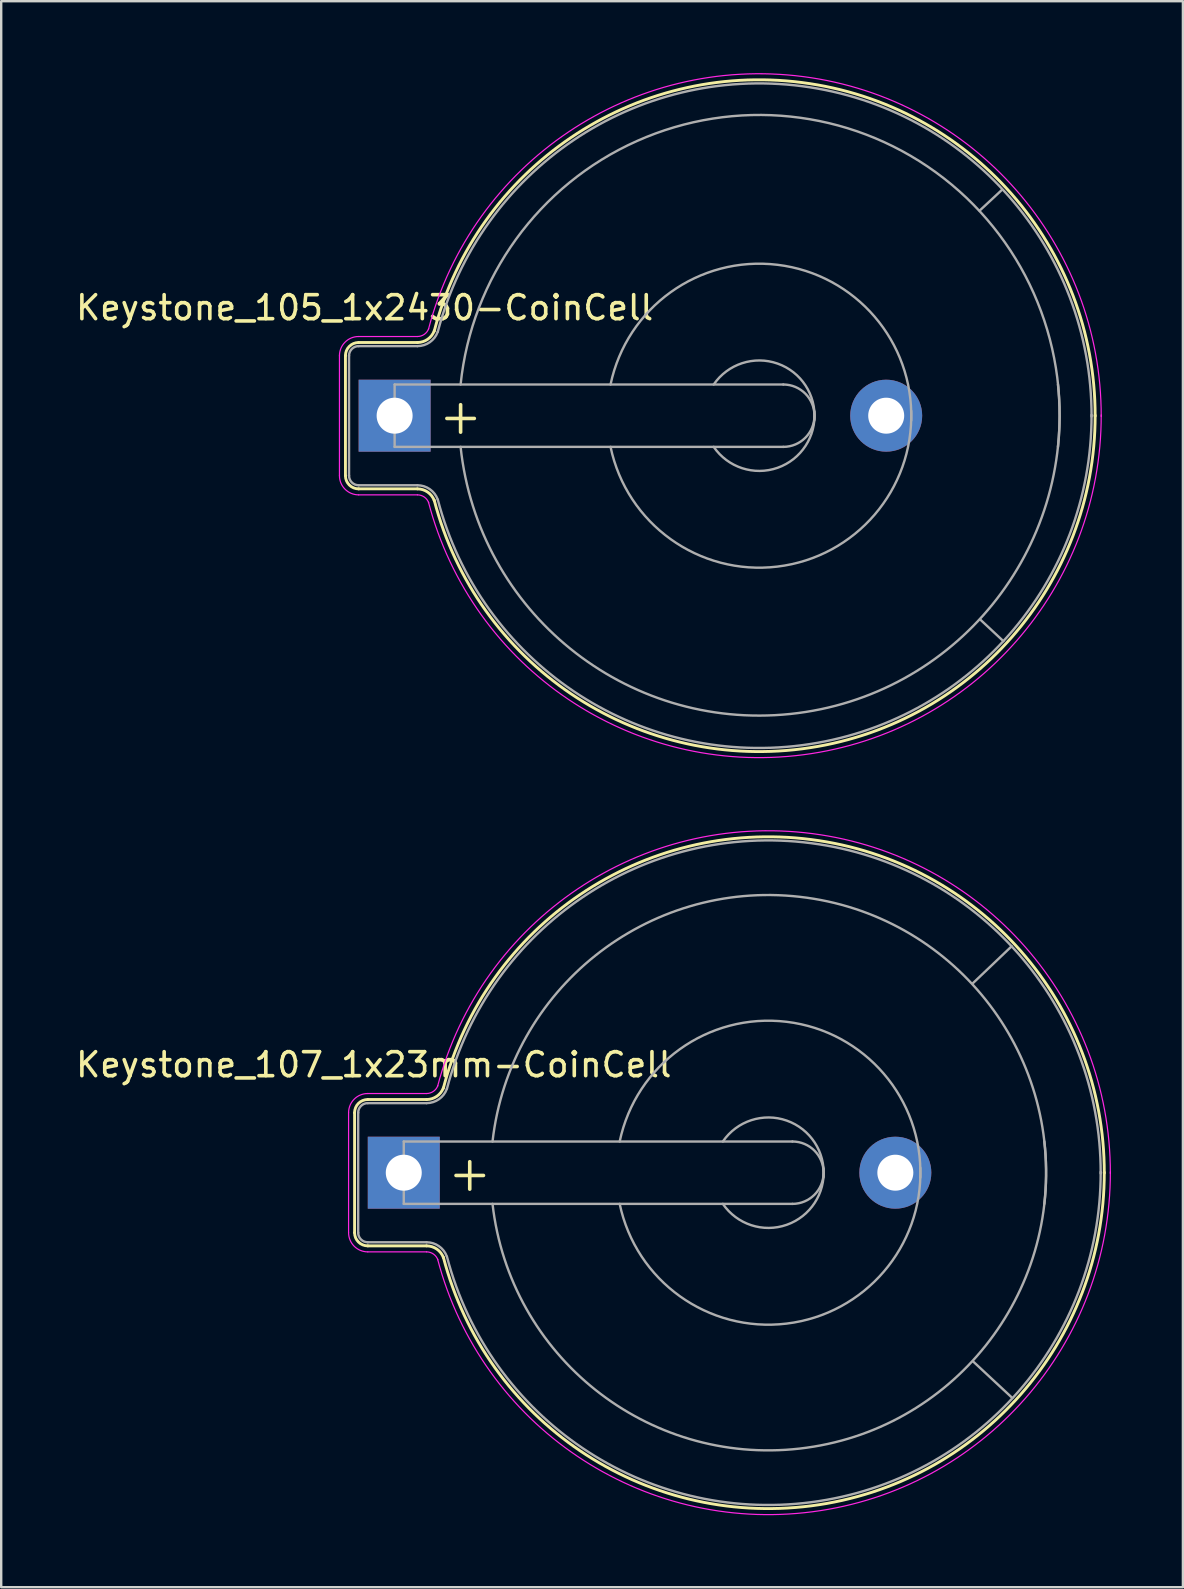
<source format=kicad_pcb>
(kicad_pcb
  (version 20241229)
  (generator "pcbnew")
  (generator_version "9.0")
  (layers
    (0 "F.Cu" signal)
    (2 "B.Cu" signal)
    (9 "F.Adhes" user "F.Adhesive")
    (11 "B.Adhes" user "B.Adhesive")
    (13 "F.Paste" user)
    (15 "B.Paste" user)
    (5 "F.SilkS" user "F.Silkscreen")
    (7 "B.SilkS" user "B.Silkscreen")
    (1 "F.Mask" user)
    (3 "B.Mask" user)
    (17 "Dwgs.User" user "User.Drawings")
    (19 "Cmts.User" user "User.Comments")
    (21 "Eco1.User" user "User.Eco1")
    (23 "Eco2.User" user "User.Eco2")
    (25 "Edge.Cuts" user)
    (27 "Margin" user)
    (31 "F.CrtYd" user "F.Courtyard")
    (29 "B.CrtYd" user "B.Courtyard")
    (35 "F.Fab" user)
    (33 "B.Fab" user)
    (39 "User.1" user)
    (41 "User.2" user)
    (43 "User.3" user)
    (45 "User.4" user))
  (footprint "Keystone_107_1x23mm-CoinCell"
    (layer "F.Cu")
    (at 13.78 45.831)
    (property "Reference" "Keystone_107_1x23mm-CoinCell" (at -1.25 -4.5 0) (layer "F.SilkS") (effects (font (size 1 1) (thickness 0.15))))
    (attr through_hole)
    (fp_line (start -2.05 -2.5) (end -2.05 2.5) (stroke (width 0.12) (type solid)) (layer "F.SilkS"))
    (fp_line (start -1.5 3.05) (end 0.95 3.05) (stroke (width 0.12) (type solid)) (layer "F.SilkS"))
    (fp_line (start 0.95 -3.05) (end -1.5 -3.05) (stroke (width 0.12) (type solid)) (layer "F.SilkS"))
    (fp_arc (start -2.05 -2.5) (mid -1.888909 -2.888909) (end -1.5 -3.05) (stroke (width 0.12) (type solid)) (layer "F.SilkS"))
    (fp_arc (start -1.5 3.05) (mid -1.888909 2.888909) (end -2.05 2.5) (stroke (width 0.12) (type solid)) (layer "F.SilkS"))
    (fp_arc (start 0.95 3.05) (mid 1.380182 3.185636) (end 1.654769 3.543485) (stroke (width 0.12) (type solid)) (layer "F.SilkS"))
    (fp_arc (start 1.65 -3.52) (mid 16.981862 -13.885887) (end 29.199738 0.015231) (stroke (width 0.12) (type solid)) (layer "F.SilkS"))
    (fp_arc (start 1.654769 -3.543485) (mid 1.380182 -3.185636) (end 0.95 -3.05) (stroke (width 0.12) (type solid)) (layer "F.SilkS"))
    (fp_arc (start 29.199738 -0.015231) (mid 16.981862 13.885887) (end 1.65 3.52) (stroke (width 0.12) (type solid)) (layer "F.SilkS"))
    (fp_line (start -2.3 -2.5) (end -2.3 2.5) (stroke (width 0.05) (type solid)) (layer "F.CrtYd"))
    (fp_line (start -1.5 3.3) (end 0.95 3.3) (stroke (width 0.05) (type solid)) (layer "F.CrtYd"))
    (fp_line (start 0.95 -3.3) (end -1.5 -3.3) (stroke (width 0.05) (type solid)) (layer "F.CrtYd"))
    (fp_arc (start -2.3 -2.5) (mid -2.065685 -3.065685) (end -1.5 -3.3) (stroke (width 0.05) (type solid)) (layer "F.CrtYd"))
    (fp_arc (start -1.5 3.3) (mid -2.065685 3.065685) (end -2.3 2.5) (stroke (width 0.05) (type solid)) (layer "F.CrtYd"))
    (fp_arc (start 0.95 3.3) (mid 1.236788 3.390424) (end 1.419846 3.62899) (stroke (width 0.05) (type solid)) (layer "F.CrtYd"))
    (fp_arc (start 1.41 -3.6) (mid 17.030934 -14.134065) (end 29.452124 0.032591) (stroke (width 0.05) (type solid)) (layer "F.CrtYd"))
    (fp_arc (start 1.419846 -3.62899) (mid 1.236788 -3.390424) (end 0.95 -3.3) (stroke (width 0.05) (type solid)) (layer "F.CrtYd"))
    (fp_arc (start 29.452124 -0.032591) (mid 17.030934 14.134065) (end 1.41 3.6) (stroke (width 0.05) (type solid)) (layer "F.CrtYd"))
    (fp_line (start -1.9 -2.5) (end -1.9 2.5) (stroke (width 0.1) (type solid)) (layer "F.Fab"))
    (fp_line (start -1.5 2.9) (end 0.95 2.9) (stroke (width 0.1) (type solid)) (layer "F.Fab"))
    (fp_line (start 0 -1.3) (end 0 1.3) (stroke (width 0.1) (type solid)) (layer "F.Fab"))
    (fp_line (start 0 1.3) (end 16.2 1.3) (stroke (width 0.1) (type solid)) (layer "F.Fab"))
    (fp_line (start 0.95 -2.9) (end -1.5 -2.9) (stroke (width 0.1) (type solid)) (layer "F.Fab"))
    (fp_line (start 16.2 -1.3) (end 0 -1.3) (stroke (width 0.1) (type solid)) (layer "F.Fab"))
    (fp_line (start 23.711 -7.887) (end 25.339 -9.439) (stroke (width 0.1) (type solid)) (layer "F.Fab"))
    (fp_line (start 23.724 7.861) (end 25.367 9.391) (stroke (width 0.1) (type solid)) (layer "F.Fab"))
    (fp_arc (start -1.9 -2.5) (mid -1.782843 -2.782843) (end -1.5 -2.9) (stroke (width 0.1) (type solid)) (layer "F.Fab"))
    (fp_arc (start -1.5 2.9) (mid -1.782843 2.782843) (end -1.9 2.5) (stroke (width 0.1) (type solid)) (layer "F.Fab"))
    (fp_arc (start 0.95 2.9) (mid 1.466219 3.062763) (end 1.795723 3.492182) (stroke (width 0.1) (type solid)) (layer "F.Fab"))
    (fp_arc (start 1.795723 -3.492182) (mid 1.466219 -3.062763) (end 0.95 -2.9) (stroke (width 0.1) (type solid)) (layer "F.Fab"))
    (fp_arc (start 1.8 -3.5) (mid 16.980951 -13.734563) (end 29.049508 0.033425) (stroke (width 0.1) (type solid)) (layer "F.Fab"))
    (fp_arc (start 3.7 -1.3) (mid 16.5 -11.5) (end 26.7 1.3) (stroke (width 0.1) (type solid)) (layer "F.Fab"))
    (fp_arc (start 9 -1.3) (mid 15.954687 -6.28971) (end 21.531551 0.203631) (stroke (width 0.1) (type solid)) (layer "F.Fab"))
    (fp_arc (start 13.3 -1.3) (mid 15.963947 -2.171724) (end 17.495448 0.175833) (stroke (width 0.1) (type solid)) (layer "F.Fab"))
    (fp_arc (start 16.2 -1.3) (mid 17.5 0) (end 16.2 1.3) (stroke (width 0.1) (type solid)) (layer "F.Fab"))
    (fp_arc (start 17.495448 -0.175833) (mid 15.963947 2.171724) (end 13.3 1.3) (stroke (width 0.1) (type solid)) (layer "F.Fab"))
    (fp_arc (start 21.531551 -0.203631) (mid 15.954687 6.28971) (end 9 1.3) (stroke (width 0.1) (type solid)) (layer "F.Fab"))
    (fp_arc (start 26.7 -1.3) (mid 16.5 11.5) (end 3.7 1.3) (stroke (width 0.1) (type solid)) (layer "F.Fab"))
    (fp_arc (start 29.049508 -0.033425) (mid 16.980951 13.734562) (end 1.8 3.5) (stroke (width 0.1) (type solid)) (layer "F.Fab"))
    (fp_text user "+" (at 2.75 0 0) (layer "F.SilkS") (effects (font (size 1.5 1.5) (thickness 0.15))))
    (pad "1" thru_hole rect (at 0 0) (size 3 3) (drill 1.5) (layers "*.Cu" "*.Mask"))
    (pad "2" thru_hole circle (at 20.49 0) (size 3 3) (drill 1.5) (layers "*.Cu" "*.Mask")))
  (footprint "Keystone_105_1x2430-CoinCell"
    (layer "F.Cu")
    (at 13.399 14.277)
    (property "Reference" "Keystone_105_1x2430-CoinCell" (at -1.25 -4.5 0) (layer "F.SilkS") (effects (font (size 1 1) (thickness 0.15))))
    (attr through_hole)
    (fp_line (start -2.05 -2.5) (end -2.05 2.5) (stroke (width 0.12) (type solid)) (layer "F.SilkS"))
    (fp_line (start -1.5 3.05) (end 0.95 3.05) (stroke (width 0.12) (type solid)) (layer "F.SilkS"))
    (fp_line (start 0.95 -3.05) (end -1.5 -3.05) (stroke (width 0.12) (type solid)) (layer "F.SilkS"))
    (fp_arc (start -2.05 -2.5) (mid -1.888909 -2.888909) (end -1.5 -3.05) (stroke (width 0.12) (type solid)) (layer "F.SilkS"))
    (fp_arc (start -1.5 3.05) (mid -1.888909 2.888909) (end -2.05 2.5) (stroke (width 0.12) (type solid)) (layer "F.SilkS"))
    (fp_arc (start 0.95 3.05) (mid 1.380182 3.185636) (end 1.654769 3.543485) (stroke (width 0.12) (type solid)) (layer "F.SilkS"))
    (fp_arc (start 1.65 -3.52) (mid 16.981862 -13.885887) (end 29.199738 0.015231) (stroke (width 0.12) (type solid)) (layer "F.SilkS"))
    (fp_arc (start 1.654769 -3.543485) (mid 1.380182 -3.185636) (end 0.95 -3.05) (stroke (width 0.12) (type solid)) (layer "F.SilkS"))
    (fp_arc (start 29.199738 -0.015231) (mid 16.981862 13.885887) (end 1.65 3.52) (stroke (width 0.12) (type solid)) (layer "F.SilkS"))
    (fp_line (start -2.3 -2.5) (end -2.3 2.5) (stroke (width 0.05) (type solid)) (layer "F.CrtYd"))
    (fp_line (start -1.5 3.3) (end 0.95 3.3) (stroke (width 0.05) (type solid)) (layer "F.CrtYd"))
    (fp_line (start 0.95 -3.3) (end -1.5 -3.3) (stroke (width 0.05) (type solid)) (layer "F.CrtYd"))
    (fp_arc (start -2.3 -2.5) (mid -2.065685 -3.065685) (end -1.5 -3.3) (stroke (width 0.05) (type solid)) (layer "F.CrtYd"))
    (fp_arc (start -1.5 3.3) (mid -2.065685 3.065685) (end -2.3 2.5) (stroke (width 0.05) (type solid)) (layer "F.CrtYd"))
    (fp_arc (start 0.95 3.3) (mid 1.236788 3.390424) (end 1.419846 3.62899) (stroke (width 0.05) (type solid)) (layer "F.CrtYd"))
    (fp_arc (start 1.41 -3.6) (mid 17.030934 -14.134065) (end 29.452124 0.032591) (stroke (width 0.05) (type solid)) (layer "F.CrtYd"))
    (fp_arc (start 1.419846 -3.62899) (mid 1.236788 -3.390424) (end 0.95 -3.3) (stroke (width 0.05) (type solid)) (layer "F.CrtYd"))
    (fp_arc (start 29.452124 -0.032591) (mid 17.030934 14.134065) (end 1.41 3.6) (stroke (width 0.05) (type solid)) (layer "F.CrtYd"))
    (fp_line (start -1.9 -2.5) (end -1.9 2.5) (stroke (width 0.1) (type solid)) (layer "F.Fab"))
    (fp_line (start -1.5 2.9) (end 0.95 2.9) (stroke (width 0.1) (type solid)) (layer "F.Fab"))
    (fp_line (start 0 -1.3) (end 0 1.3) (stroke (width 0.1) (type solid)) (layer "F.Fab"))
    (fp_line (start 0 1.3) (end 16.2 1.3) (stroke (width 0.1) (type solid)) (layer "F.Fab"))
    (fp_line (start 0.95 -2.9) (end -1.5 -2.9) (stroke (width 0.1) (type solid)) (layer "F.Fab"))
    (fp_line (start 16.2 -1.3) (end 0 -1.3) (stroke (width 0.1) (type solid)) (layer "F.Fab"))
    (fp_line (start 24.384 -8.547) (end 25.299 -9.399) (stroke (width 0.1) (type solid)) (layer "F.Fab"))
    (fp_line (start 24.409 8.496) (end 25.375 9.398) (stroke (width 0.1) (type solid)) (layer "F.Fab"))
    (fp_arc (start -1.9 -2.5) (mid -1.782843 -2.782843) (end -1.5 -2.9) (stroke (width 0.1) (type solid)) (layer "F.Fab"))
    (fp_arc (start -1.5 2.9) (mid -1.782843 2.782843) (end -1.9 2.5) (stroke (width 0.1) (type solid)) (layer "F.Fab"))
    (fp_arc (start 0.95 2.9) (mid 1.466219 3.062763) (end 1.795723 3.492182) (stroke (width 0.1) (type solid)) (layer "F.Fab"))
    (fp_arc (start 1.795723 -3.492182) (mid 1.466219 -3.062763) (end 0.95 -2.9) (stroke (width 0.1) (type solid)) (layer "F.Fab"))
    (fp_arc (start 1.8 -3.5) (mid 16.980951 -13.734563) (end 29.049508 0.033425) (stroke (width 0.1) (type solid)) (layer "F.Fab"))
    (fp_arc (start 2.75 -1.3) (mid 16.5 -12.45) (end 27.65 1.3) (stroke (width 0.1) (type solid)) (layer "F.Fab"))
    (fp_arc (start 9 -1.3) (mid 15.954687 -6.28971) (end 21.531551 0.203631) (stroke (width 0.1) (type solid)) (layer "F.Fab"))
    (fp_arc (start 13.3 -1.3) (mid 15.963947 -2.171724) (end 17.495448 0.175833) (stroke (width 0.1) (type solid)) (layer "F.Fab"))
    (fp_arc (start 16.2 -1.3) (mid 17.5 0) (end 16.2 1.3) (stroke (width 0.1) (type solid)) (layer "F.Fab"))
    (fp_arc (start 17.495448 -0.175833) (mid 15.963947 2.171724) (end 13.3 1.3) (stroke (width 0.1) (type solid)) (layer "F.Fab"))
    (fp_arc (start 21.531551 -0.203631) (mid 15.954687 6.28971) (end 9 1.3) (stroke (width 0.1) (type solid)) (layer "F.Fab"))
    (fp_arc (start 27.65 -1.3) (mid 16.5 12.45) (end 2.75 1.3) (stroke (width 0.1) (type solid)) (layer "F.Fab"))
    (fp_arc (start 29.049508 -0.033425) (mid 16.980951 13.734562) (end 1.8 3.5) (stroke (width 0.1) (type solid)) (layer "F.Fab"))
    (fp_text user "+" (at 2.75 0 0) (layer "F.SilkS") (effects (font (size 1.5 1.5) (thickness 0.15))))
    (pad "1" thru_hole rect (at 0 0) (size 3 3) (drill 1.5) (layers "*.Cu" "*.Mask"))
    (pad "2" thru_hole circle (at 20.49 0) (size 3 3) (drill 1.5) (layers "*.Cu" "*.Mask")))
  (gr_rect
    (start -3 -3)
    (end 46.257 63.109)
    (stroke (width 0.1) (type default))
    (fill no)
    (layer "Edge.Cuts")))
</source>
